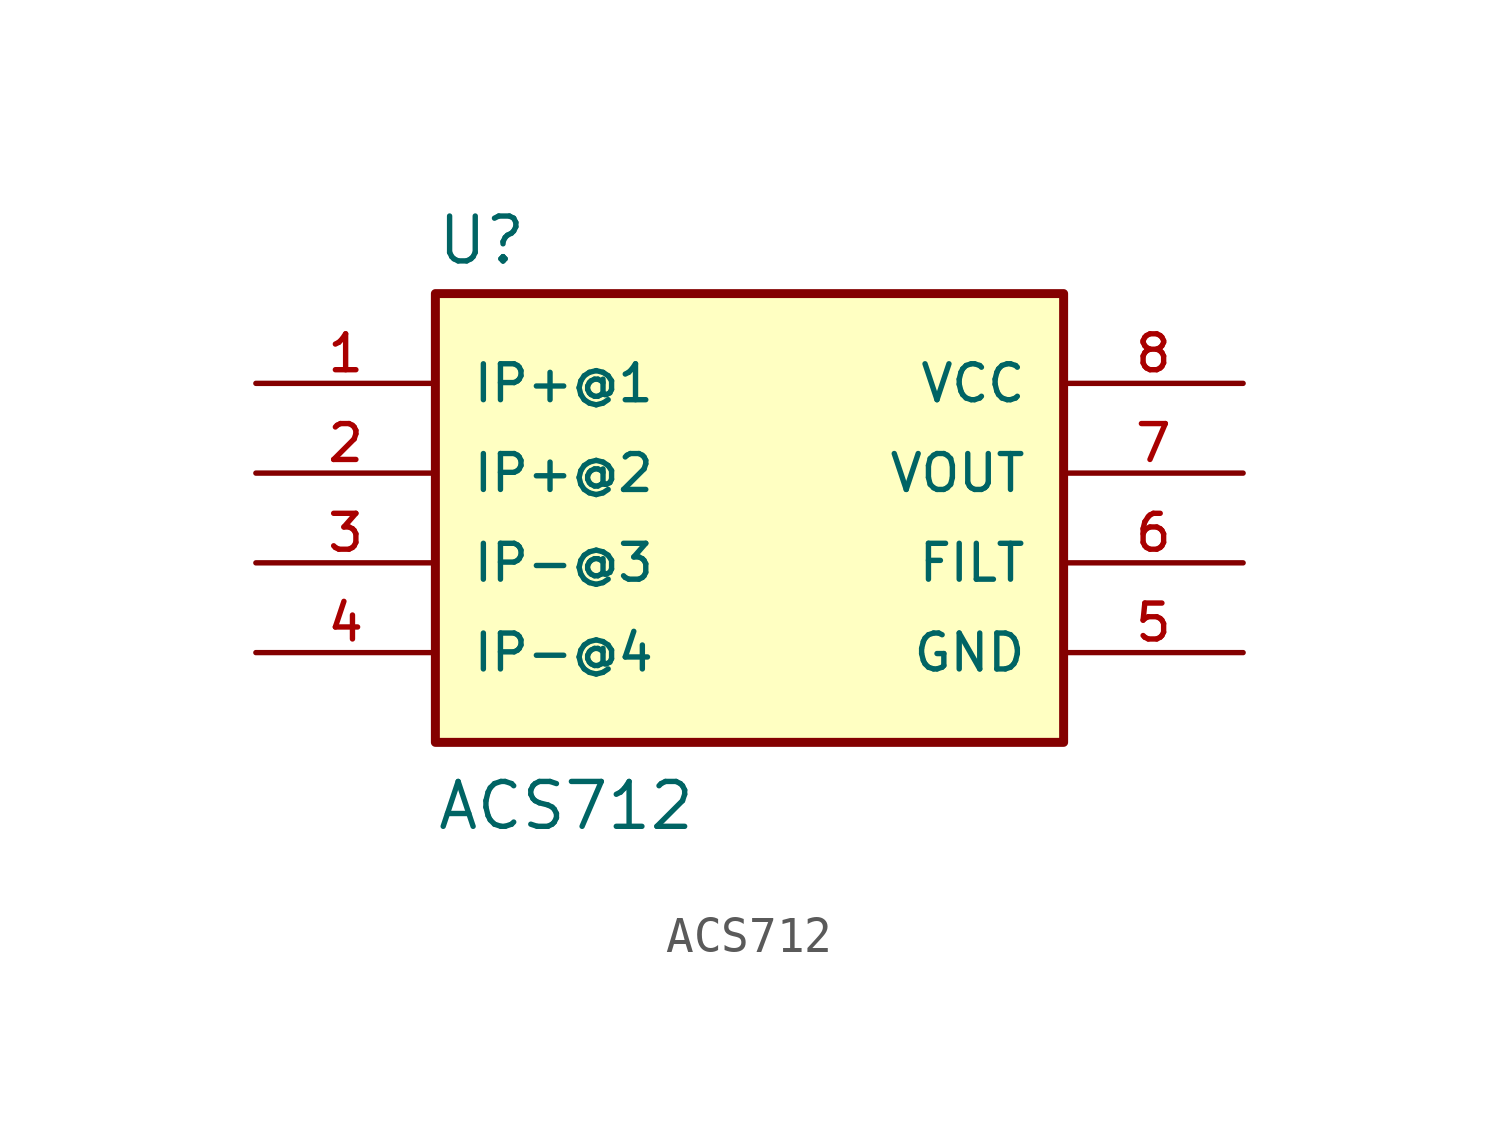
<source format=kicad_sym>
(kicad_symbol_lib
  (version 20211014)
  (generator kicad_symbol_editor)
  (symbol "ACS712"
    (pin_names
      (offset 1.016))
    (property "Reference" "U"
      (at -10.16 8.382 0)
      (effects (font (size 1.27 1.27)) (justify bottom left)))
    (property "Value" "ACS712"
      (at -10.16 -7.62 0)
      (effects (font (size 1.27 1.27)) (justify bottom left)))
    (symbol "ACS712_0_0"
      (rectangle (start -10.16 -5.08) (end 7.62 7.62) (stroke (width 0.254)) (fill (type background)))
      (pin bidirectional line (at -15.24 5.08 0) (length 5.08) (name "IP+@1" (effects (font (size 1.016 1.016)))) (number "1" (effects (font (size 1.016 1.016)))))
      (pin bidirectional line (at -15.24 2.54 0) (length 5.08) (name "IP+@2" (effects (font (size 1.016 1.016)))) (number "2" (effects (font (size 1.016 1.016)))))
      (pin bidirectional line (at -15.24 0.0 0) (length 5.08) (name "IP-@3" (effects (font (size 1.016 1.016)))) (number "3" (effects (font (size 1.016 1.016)))))
      (pin bidirectional line (at -15.24 -2.54 0) (length 5.08) (name "IP-@4" (effects (font (size 1.016 1.016)))) (number "4" (effects (font (size 1.016 1.016)))))
      (pin bidirectional line (at 12.7 -2.54 180.0) (length 5.08) (name "GND" (effects (font (size 1.016 1.016)))) (number "5" (effects (font (size 1.016 1.016)))))
      (pin bidirectional line (at 12.7 0.0 180.0) (length 5.08) (name "FILT" (effects (font (size 1.016 1.016)))) (number "6" (effects (font (size 1.016 1.016)))))
      (pin bidirectional line (at 12.7 2.54 180.0) (length 5.08) (name "VOUT" (effects (font (size 1.016 1.016)))) (number "7" (effects (font (size 1.016 1.016)))))
      (pin bidirectional line (at 12.7 5.08 180.0) (length 5.08) (name "VCC" (effects (font (size 1.016 1.016)))) (number "8" (effects (font (size 1.016 1.016))))))))
</source>
